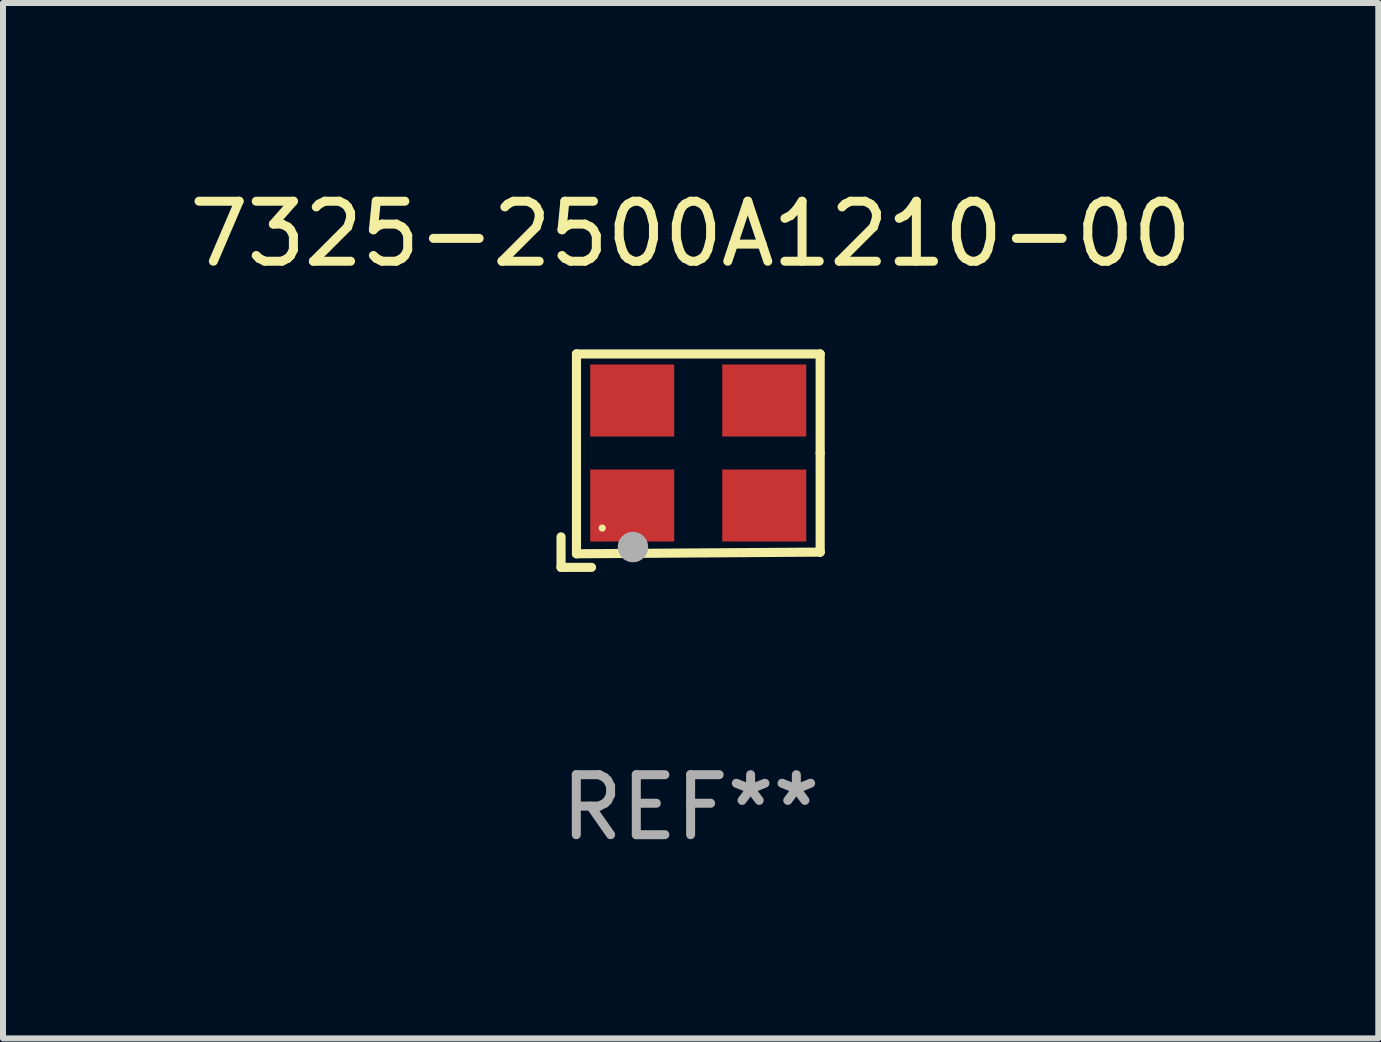
<source format=kicad_pcb>
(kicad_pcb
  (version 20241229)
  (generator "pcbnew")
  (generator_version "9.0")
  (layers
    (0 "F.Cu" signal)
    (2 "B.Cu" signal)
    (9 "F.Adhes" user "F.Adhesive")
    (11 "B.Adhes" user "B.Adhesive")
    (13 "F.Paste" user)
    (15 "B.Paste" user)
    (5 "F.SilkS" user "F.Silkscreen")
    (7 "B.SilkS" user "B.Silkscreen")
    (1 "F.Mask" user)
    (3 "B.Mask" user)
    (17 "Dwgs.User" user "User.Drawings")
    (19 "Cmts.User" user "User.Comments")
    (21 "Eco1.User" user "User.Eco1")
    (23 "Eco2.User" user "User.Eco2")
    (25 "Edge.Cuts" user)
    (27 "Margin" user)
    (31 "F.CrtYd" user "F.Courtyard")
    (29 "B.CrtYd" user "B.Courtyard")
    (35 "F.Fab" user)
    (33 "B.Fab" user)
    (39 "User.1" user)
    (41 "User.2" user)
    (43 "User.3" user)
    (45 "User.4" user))
  (footprint "7325-2500A1210-00"
    (layer "F.Cu")
    (at 8.458 4.626)
    (property "Reference" "7325-2500A1210-00" (at 0 -3.778 0) (layer "F.SilkS") (effects (font (size 1 1) (thickness 0.15))))
    (attr through_hole)
    (fp_line (start -2.159 1.27) (end -2.159 1.778) (stroke (width 0.152) (type solid)) (layer "F.SilkS"))
    (fp_line (start -2.159 1.778) (end -1.651 1.778) (stroke (width 0.152) (type solid)) (layer "F.SilkS"))
    (fp_line (start -1.902 -1.778) (end 2.159 -1.778) (stroke (width 0.152) (type solid)) (layer "F.SilkS"))
    (fp_line (start -1.902 1.552) (end -1.902 -1.778) (stroke (width 0.152) (type solid)) (layer "F.SilkS"))
    (fp_line (start 2.159 -1.778) (end 2.159 -0.127) (stroke (width 0.152) (type solid)) (layer "F.SilkS"))
    (fp_line (start 2.159 -0.127) (end 2.159 1.524) (stroke (width 0.152) (type solid)) (layer "F.SilkS"))
    (fp_line (start 2.159 1.524) (end -1.902 1.552) (stroke (width 0.152) (type solid)) (layer "F.SilkS"))
    (fp_line (start 2.159 1.524) (end 2.159 1.524) (stroke (width 0.152) (type solid)) (layer "F.SilkS"))
    (fp_circle (center -1.473 1.123) (end -1.443 1.123) (stroke (width 0.06) (type solid)) (fill no) (layer "F.SilkS"))
    (fp_circle (center -0.961 1.44) (end -0.834 1.44) (stroke (width 0.254) (type solid)) (fill no) (layer "F.Fab"))
    (fp_text user "REF**" (at 0 5.778 0) (layer "F.Fab") (effects (font (size 1 1) (thickness 0.15))))
    (pad "1" smd rect (at -0.973 0.748) (size 1.4 1.2) (layers "F.Cu" "F.Mask" "F.Paste"))
    (pad "2" smd rect (at 1.227 0.748) (size 1.4 1.2) (layers "F.Cu" "F.Mask" "F.Paste"))
    (pad "3" smd rect (at 1.227 -1.002) (size 1.4 1.2) (layers "F.Cu" "F.Mask" "F.Paste"))
    (pad "4" smd rect (at -0.973 -1.002) (size 1.4 1.2) (layers "F.Cu" "F.Mask" "F.Paste")))
  (gr_rect
    (start -3 -3)
    (end 19.917 14.253)
    (stroke (width 0.1) (type default))
    (fill no)
    (layer "Edge.Cuts")))
</source>
